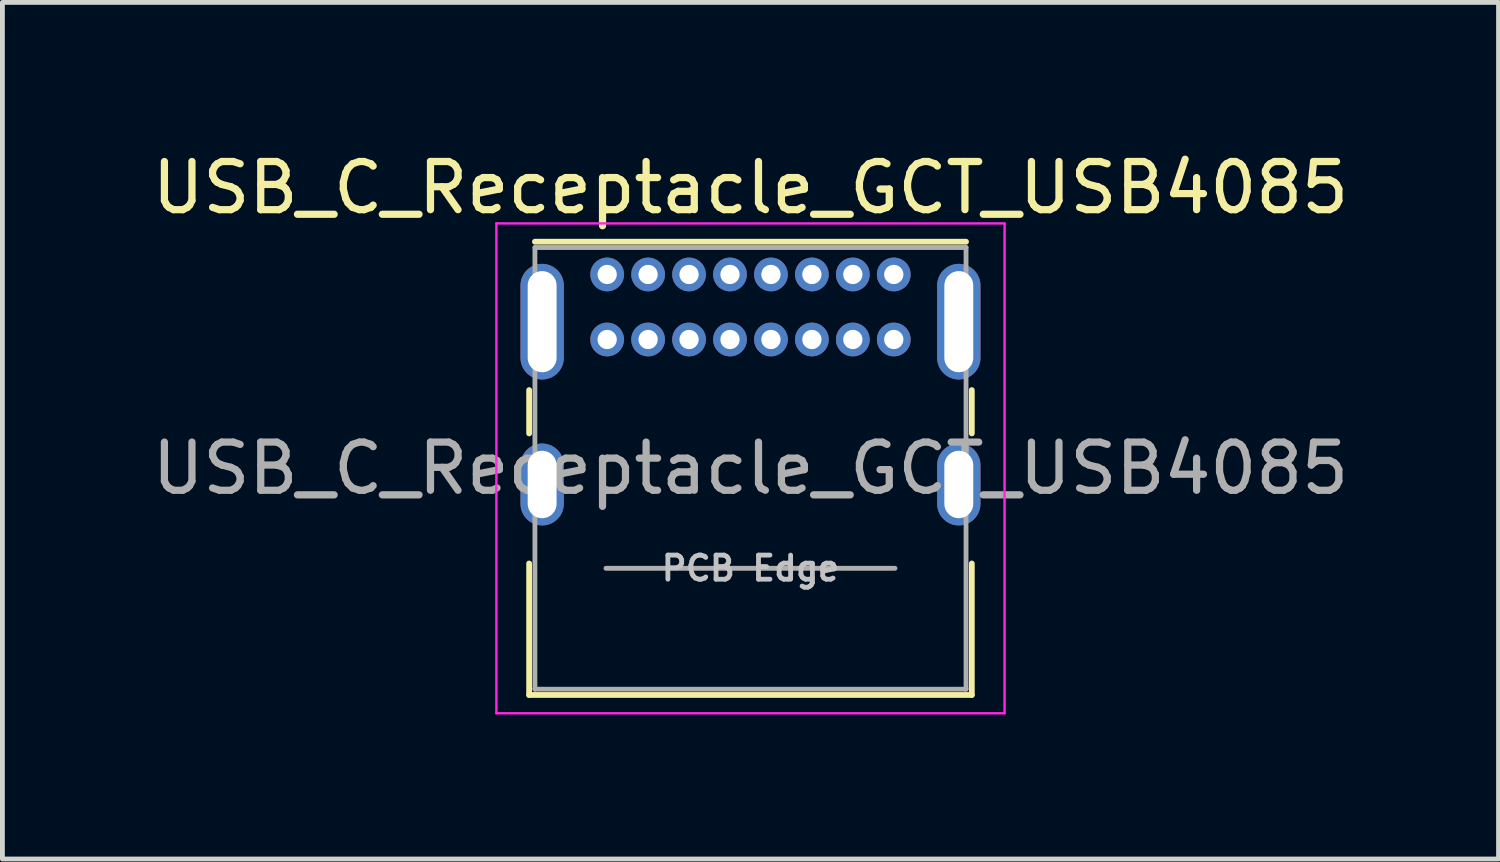
<source format=kicad_pcb>
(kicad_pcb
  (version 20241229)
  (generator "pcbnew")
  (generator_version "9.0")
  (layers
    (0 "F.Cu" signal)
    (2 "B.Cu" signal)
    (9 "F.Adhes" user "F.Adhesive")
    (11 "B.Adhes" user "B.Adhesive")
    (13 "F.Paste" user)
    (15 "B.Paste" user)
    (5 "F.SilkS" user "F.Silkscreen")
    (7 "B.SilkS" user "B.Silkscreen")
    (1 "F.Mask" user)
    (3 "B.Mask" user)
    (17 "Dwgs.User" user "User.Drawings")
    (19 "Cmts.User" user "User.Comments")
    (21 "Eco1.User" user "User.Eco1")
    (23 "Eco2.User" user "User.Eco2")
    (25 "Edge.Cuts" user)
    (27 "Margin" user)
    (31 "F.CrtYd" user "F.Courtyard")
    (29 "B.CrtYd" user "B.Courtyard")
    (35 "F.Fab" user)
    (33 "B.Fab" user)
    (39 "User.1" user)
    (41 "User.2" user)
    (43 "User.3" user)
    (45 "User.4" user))
  (footprint "USB_C_Receptacle_GCT_USB4085"
    (layer "F.Cu")
    (at 9.555 2.648)
    (property "Reference" "USB_C_Receptacle_GCT_USB4085" (at 2.975 -1.8 0) (layer "F.SilkS") (effects (font (size 1 1) (thickness 0.15))))
    (attr through_hole)
    (fp_line (start -1.62 2.4) (end -1.62 3.3) (stroke (width 0.12) (type solid)) (layer "F.SilkS"))
    (fp_line (start -1.62 6) (end -1.62 8.73) (stroke (width 0.12) (type solid)) (layer "F.SilkS"))
    (fp_line (start -1.62 8.73) (end 7.57 8.73) (stroke (width 0.12) (type solid)) (layer "F.SilkS"))
    (fp_line (start -1.5 -0.68) (end 7.45 -0.68) (stroke (width 0.12) (type solid)) (layer "F.SilkS"))
    (fp_line (start 7.57 2.4) (end 7.57 3.3) (stroke (width 0.12) (type solid)) (layer "F.SilkS"))
    (fp_line (start 7.57 6) (end 7.57 8.73) (stroke (width 0.12) (type solid)) (layer "F.SilkS"))
    (fp_line (start -2.3 -1.06) (end -2.3 9.11) (stroke (width 0.05) (type solid)) (layer "F.CrtYd"))
    (fp_line (start -2.3 -1.06) (end 8.25 -1.06) (stroke (width 0.05) (type solid)) (layer "F.CrtYd"))
    (fp_line (start -2.3 9.11) (end 8.25 9.11) (stroke (width 0.05) (type solid)) (layer "F.CrtYd"))
    (fp_line (start 8.25 -1.06) (end 8.25 9.11) (stroke (width 0.05) (type solid)) (layer "F.CrtYd"))
    (fp_line (start -1.5 -0.56) (end -1.5 8.61) (stroke (width 0.1) (type solid)) (layer "F.Fab"))
    (fp_line (start -1.5 -0.56) (end 7.45 -0.56) (stroke (width 0.1) (type solid)) (layer "F.Fab"))
    (fp_line (start -1.5 8.61) (end 7.45 8.61) (stroke (width 0.1) (type solid)) (layer "F.Fab"))
    (fp_line (start -0.025 6.1) (end 5.975 6.1) (stroke (width 0.1) (type solid)) (layer "F.Fab"))
    (fp_line (start 7.45 -0.56) (end 7.45 8.61) (stroke (width 0.1) (type solid)) (layer "F.Fab"))
    (fp_text user "PCB Edge" (at 2.975 6.1 0) (layer "Dwgs.User") (effects (font (size 0.5 0.5) (thickness 0.1))))
    (fp_text user "${REFERENCE}" (at 2.975 4.025 0) (layer "F.Fab") (effects (font (size 1 1) (thickness 0.15))))
    (pad "A1" thru_hole circle (at 0 0) (size 0.7 0.7) (drill 0.4) (layers "*.Cu" "*.Mask"))
    (pad "A4" thru_hole circle (at 0.85 0) (size 0.7 0.7) (drill 0.4) (layers "*.Cu" "*.Mask"))
    (pad "A5" thru_hole circle (at 1.7 0) (size 0.7 0.7) (drill 0.4) (layers "*.Cu" "*.Mask"))
    (pad "A6" thru_hole circle (at 2.55 0) (size 0.7 0.7) (drill 0.4) (layers "*.Cu" "*.Mask"))
    (pad "A7" thru_hole circle (at 3.4 0) (size 0.7 0.7) (drill 0.4) (layers "*.Cu" "*.Mask"))
    (pad "A8" thru_hole circle (at 4.25 0) (size 0.7 0.7) (drill 0.4) (layers "*.Cu" "*.Mask"))
    (pad "A9" thru_hole circle (at 5.1 0) (size 0.7 0.7) (drill 0.4) (layers "*.Cu" "*.Mask"))
    (pad "A12" thru_hole circle (at 5.95 0) (size 0.7 0.7) (drill 0.4) (layers "*.Cu" "*.Mask"))
    (pad "B1" thru_hole circle (at 5.95 1.35) (size 0.7 0.7) (drill 0.4) (layers "*.Cu" "*.Mask"))
    (pad "B4" thru_hole circle (at 5.1 1.35) (size 0.7 0.7) (drill 0.4) (layers "*.Cu" "*.Mask"))
    (pad "B5" thru_hole circle (at 4.25 1.35) (size 0.7 0.7) (drill 0.4) (layers "*.Cu" "*.Mask"))
    (pad "B6" thru_hole circle (at 3.4 1.35) (size 0.7 0.7) (drill 0.4) (layers "*.Cu" "*.Mask"))
    (pad "B7" thru_hole circle (at 2.55 1.35) (size 0.7 0.7) (drill 0.4) (layers "*.Cu" "*.Mask"))
    (pad "B8" thru_hole circle (at 1.7 1.35) (size 0.7 0.7) (drill 0.4) (layers "*.Cu" "*.Mask"))
    (pad "B9" thru_hole circle (at 0.85 1.35) (size 0.7 0.7) (drill 0.4) (layers "*.Cu" "*.Mask"))
    (pad "B12" thru_hole circle (at 0 1.35) (size 0.7 0.7) (drill 0.4) (layers "*.Cu" "*.Mask"))
    (pad "S1" thru_hole oval (at -1.35 0.98) (size 0.9 2.4) (drill oval 0.6 2.1) (layers "*.Cu" "*.Mask"))
    (pad "S1" thru_hole oval (at -1.35 4.36) (size 0.9 1.7) (drill oval 0.6 1.4) (layers "*.Cu" "*.Mask"))
    (pad "S1" thru_hole oval (at 7.3 0.98) (size 0.9 2.4) (drill oval 0.6 2.1) (layers "*.Cu" "*.Mask"))
    (pad "S1" thru_hole oval (at 7.3 4.36) (size 0.9 1.7) (drill oval 0.6 1.4) (layers "*.Cu" "*.Mask")))
  (gr_rect
    (start -3 -3)
    (end 28.06 14.783)
    (stroke (width 0.1) (type default))
    (fill no)
    (layer "Edge.Cuts")))
</source>
